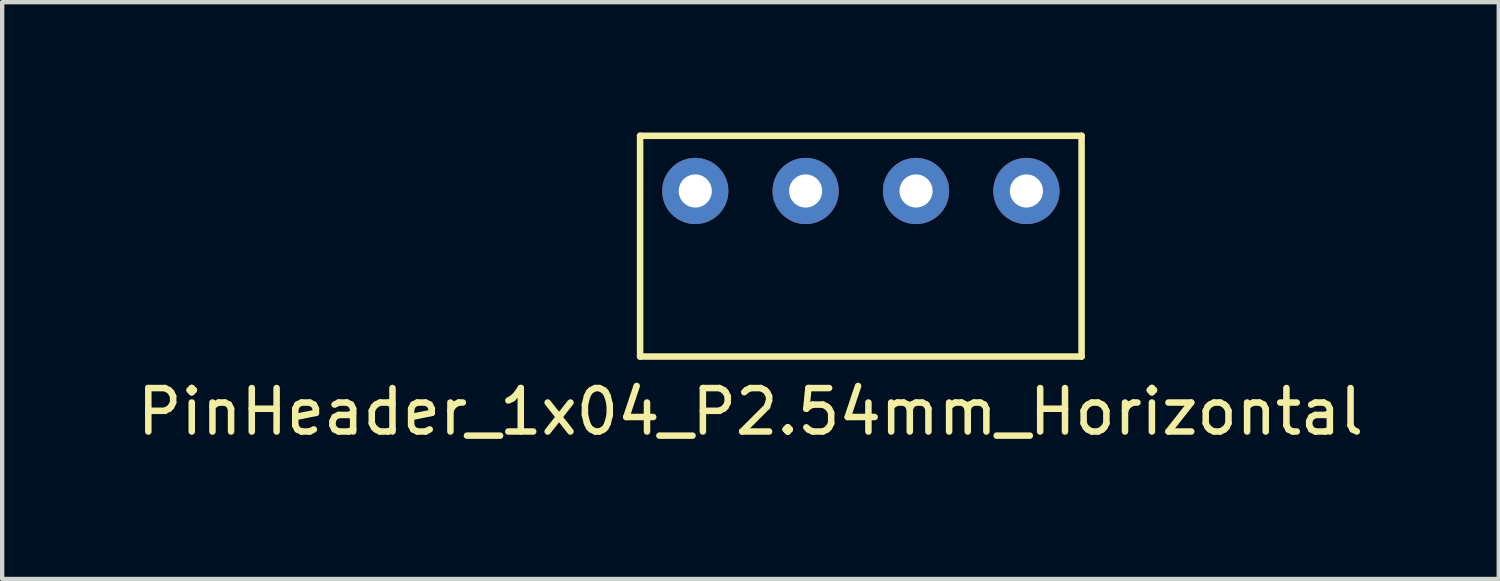
<source format=kicad_pcb>
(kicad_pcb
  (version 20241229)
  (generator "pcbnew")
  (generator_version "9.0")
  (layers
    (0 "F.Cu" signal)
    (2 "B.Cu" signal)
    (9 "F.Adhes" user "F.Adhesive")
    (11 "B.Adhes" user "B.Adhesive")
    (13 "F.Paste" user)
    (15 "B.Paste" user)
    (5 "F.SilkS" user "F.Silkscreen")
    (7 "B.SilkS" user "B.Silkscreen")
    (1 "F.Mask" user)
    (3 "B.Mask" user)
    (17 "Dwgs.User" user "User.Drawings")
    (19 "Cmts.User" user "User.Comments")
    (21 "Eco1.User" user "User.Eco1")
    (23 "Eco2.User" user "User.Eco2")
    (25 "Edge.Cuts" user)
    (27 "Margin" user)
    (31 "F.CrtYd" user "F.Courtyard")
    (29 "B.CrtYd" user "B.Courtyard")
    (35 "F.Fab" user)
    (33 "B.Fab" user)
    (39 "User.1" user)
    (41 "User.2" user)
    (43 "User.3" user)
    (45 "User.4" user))
  (footprint "PinHeader_1x04_P2.54mm_Horizontal"
    (layer "F.Cu")
    (at 16.76 1.345)
    (property "Reference" "PinHeader_1x04_P2.54mm_Horizontal" (at -2.54 5.08 0) (layer "F.SilkS") (effects (font (size 1 1) (thickness 0.15))))
    (attr through_hole)
    (fp_line (start -5.08 -1.27) (end 5.08 -1.27) (stroke (width 0.15) (type solid)) (layer "F.SilkS"))
    (fp_line (start -5.08 3.81) (end -5.08 -1.27) (stroke (width 0.15) (type solid)) (layer "F.SilkS"))
    (fp_line (start 5.08 -1.27) (end 5.08 3.81) (stroke (width 0.15) (type solid)) (layer "F.SilkS"))
    (fp_line (start 5.08 3.81) (end -5.08 3.81) (stroke (width 0.15) (type solid)) (layer "F.SilkS"))
    (pad "1" thru_hole circle (at 3.81 0) (size 1.524 1.524) (drill 0.762) (layers "*.Cu" "*.Mask"))
    (pad "2" thru_hole circle (at 1.27 0) (size 1.524 1.524) (drill 0.762) (layers "*.Cu" "*.Mask"))
    (pad "3" thru_hole circle (at -1.27 0) (size 1.524 1.524) (drill 0.762) (layers "*.Cu" "*.Mask"))
    (pad "4" thru_hole circle (at -3.81 0) (size 1.524 1.524) (drill 0.762) (layers "*.Cu" "*.Mask")))
  (gr_rect
    (start -3 -3)
    (end 31.44 10.273)
    (stroke (width 0.1) (type default))
    (fill no)
    (layer "Edge.Cuts")))
</source>
